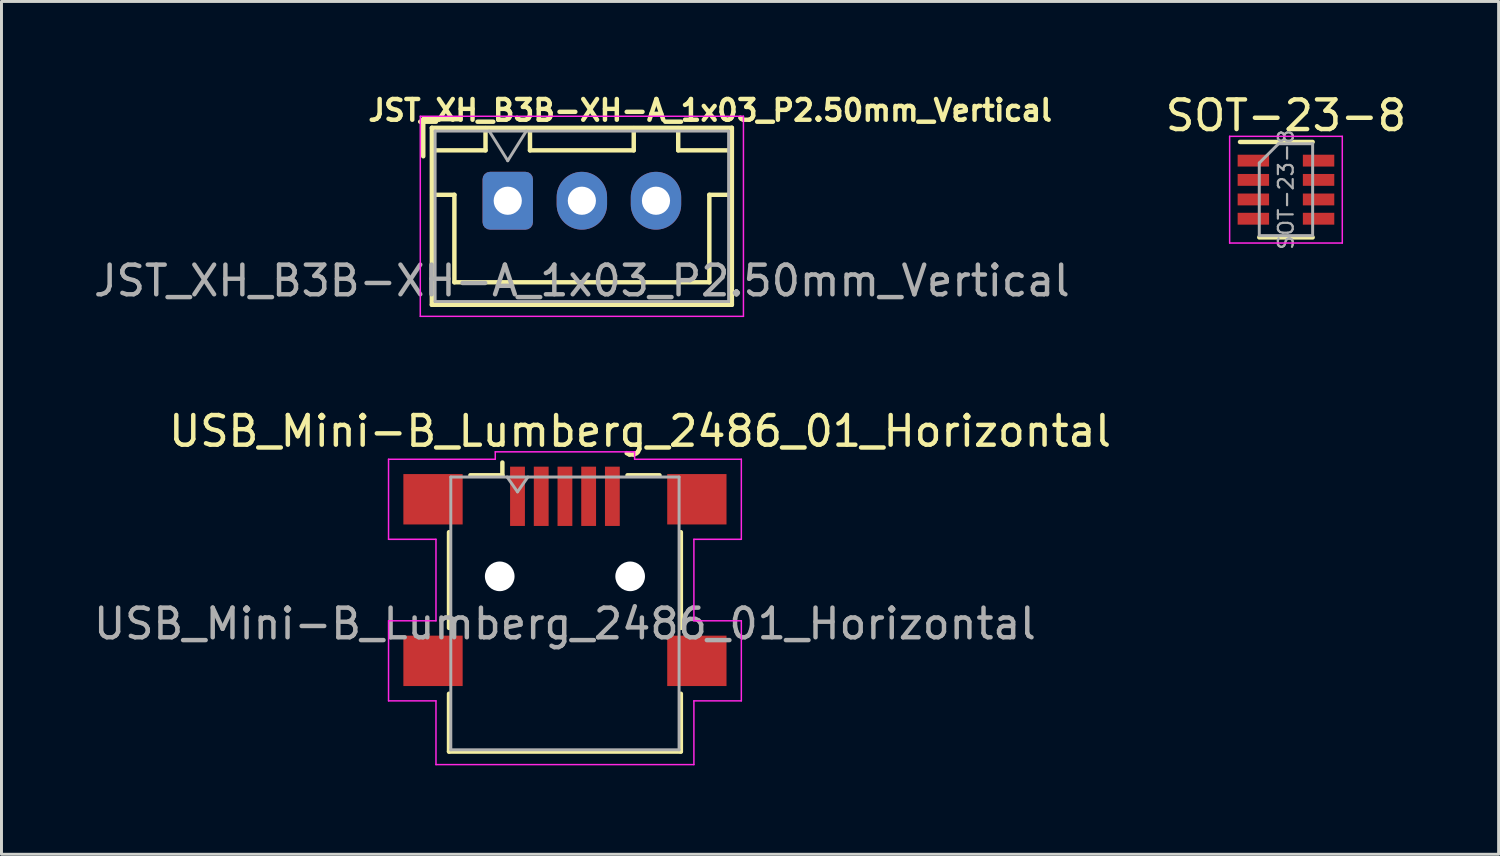
<source format=kicad_pcb>
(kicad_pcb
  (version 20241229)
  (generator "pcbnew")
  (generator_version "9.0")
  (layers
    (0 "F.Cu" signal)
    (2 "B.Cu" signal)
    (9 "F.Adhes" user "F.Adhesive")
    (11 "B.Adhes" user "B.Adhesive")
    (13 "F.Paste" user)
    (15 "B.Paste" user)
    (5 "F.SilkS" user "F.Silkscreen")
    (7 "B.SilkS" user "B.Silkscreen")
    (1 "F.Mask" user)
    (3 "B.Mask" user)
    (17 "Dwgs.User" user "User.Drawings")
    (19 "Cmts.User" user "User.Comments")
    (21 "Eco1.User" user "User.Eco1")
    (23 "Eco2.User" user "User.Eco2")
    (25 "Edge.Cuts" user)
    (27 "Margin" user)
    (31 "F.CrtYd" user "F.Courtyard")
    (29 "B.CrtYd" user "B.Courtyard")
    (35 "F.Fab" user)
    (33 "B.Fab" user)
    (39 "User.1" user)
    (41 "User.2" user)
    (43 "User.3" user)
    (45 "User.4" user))
  (footprint "JST_XH_B3B-XH-A_1x03_P2.50mm_Vertical"
    (layer "F.Cu")
    (at 14.077 3.721)
    (property "Reference" "JST_XH_B3B-XH-A_1x03_P2.50mm_Vertical" (at 6.829 -3.048 0) (layer "F.SilkS") (effects (font (size 0.7 0.7) (thickness 0.15))))
    (attr through_hole)
    (fp_line (start -2.85 -2.75) (end -2.85 -1.5) (stroke (width 0.15) (type solid)) (layer "F.SilkS"))
    (fp_line (start -2.56 -2.46) (end -2.56 3.51) (stroke (width 0.15) (type solid)) (layer "F.SilkS"))
    (fp_line (start -2.56 3.51) (end 7.56 3.51) (stroke (width 0.15) (type solid)) (layer "F.SilkS"))
    (fp_line (start -2.55 -2.45) (end -2.55 -1.7) (stroke (width 0.12) (type solid)) (layer "F.SilkS"))
    (fp_line (start -2.55 -1.7) (end -0.75 -1.7) (stroke (width 0.15) (type solid)) (layer "F.SilkS"))
    (fp_line (start -2.55 -0.2) (end -1.8 -0.2) (stroke (width 0.15) (type solid)) (layer "F.SilkS"))
    (fp_line (start -1.8 -0.2) (end -1.8 2.75) (stroke (width 0.15) (type solid)) (layer "F.SilkS"))
    (fp_line (start -1.8 2.75) (end 2.5 2.75) (stroke (width 0.15) (type solid)) (layer "F.SilkS"))
    (fp_line (start -1.6 -2.75) (end -2.85 -2.75) (stroke (width 0.15) (type solid)) (layer "F.SilkS"))
    (fp_line (start -0.75 -2.45) (end -2.55 -2.45) (stroke (width 0.12) (type solid)) (layer "F.SilkS"))
    (fp_line (start -0.75 -1.7) (end -0.75 -2.45) (stroke (width 0.15) (type solid)) (layer "F.SilkS"))
    (fp_line (start 0.75 -2.45) (end 0.75 -1.7) (stroke (width 0.15) (type solid)) (layer "F.SilkS"))
    (fp_line (start 0.75 -1.7) (end 4.25 -1.7) (stroke (width 0.15) (type solid)) (layer "F.SilkS"))
    (fp_line (start 4.25 -2.45) (end 0.75 -2.45) (stroke (width 0.12) (type solid)) (layer "F.SilkS"))
    (fp_line (start 4.25 -1.7) (end 4.25 -2.45) (stroke (width 0.15) (type solid)) (layer "F.SilkS"))
    (fp_line (start 5.75 -2.45) (end 5.75 -1.7) (stroke (width 0.15) (type solid)) (layer "F.SilkS"))
    (fp_line (start 5.75 -1.7) (end 7.55 -1.7) (stroke (width 0.15) (type solid)) (layer "F.SilkS"))
    (fp_line (start 6.8 -0.2) (end 6.8 2.75) (stroke (width 0.15) (type solid)) (layer "F.SilkS"))
    (fp_line (start 6.8 2.75) (end 2.5 2.75) (stroke (width 0.15) (type solid)) (layer "F.SilkS"))
    (fp_line (start 7.55 -2.45) (end 5.75 -2.45) (stroke (width 0.12) (type solid)) (layer "F.SilkS"))
    (fp_line (start 7.55 -1.7) (end 7.55 -2.45) (stroke (width 0.12) (type solid)) (layer "F.SilkS"))
    (fp_line (start 7.55 -0.2) (end 6.8 -0.2) (stroke (width 0.15) (type solid)) (layer "F.SilkS"))
    (fp_line (start 7.56 -2.46) (end -2.56 -2.46) (stroke (width 0.15) (type solid)) (layer "F.SilkS"))
    (fp_line (start 7.56 3.51) (end 7.56 -2.46) (stroke (width 0.15) (type solid)) (layer "F.SilkS"))
    (fp_line (start -2.95 -2.85) (end -2.95 3.9) (stroke (width 0.05) (type solid)) (layer "F.CrtYd"))
    (fp_line (start -2.95 3.9) (end 7.95 3.9) (stroke (width 0.05) (type solid)) (layer "F.CrtYd"))
    (fp_line (start 7.95 -2.85) (end -2.95 -2.85) (stroke (width 0.05) (type solid)) (layer "F.CrtYd"))
    (fp_line (start 7.95 3.9) (end 7.95 -2.85) (stroke (width 0.05) (type solid)) (layer "F.CrtYd"))
    (fp_line (start -2.45 -2.35) (end -2.45 3.4) (stroke (width 0.1) (type solid)) (layer "F.Fab"))
    (fp_line (start -2.45 3.4) (end 7.45 3.4) (stroke (width 0.1) (type solid)) (layer "F.Fab"))
    (fp_line (start -0.625 -2.35) (end 0 -1.35) (stroke (width 0.1) (type solid)) (layer "F.Fab"))
    (fp_line (start 0 -1.35) (end 0.625 -2.35) (stroke (width 0.1) (type solid)) (layer "F.Fab"))
    (fp_line (start 7.45 -2.35) (end -2.45 -2.35) (stroke (width 0.1) (type solid)) (layer "F.Fab"))
    (fp_line (start 7.45 3.4) (end 7.45 -2.35) (stroke (width 0.1) (type solid)) (layer "F.Fab"))
    (fp_text user "${REFERENCE}" (at 2.5 2.7 0) (layer "F.Fab") (effects (font (size 1 1) (thickness 0.15))))
    (pad "1" thru_hole roundrect (at 0 0) (size 1.7 1.95) (drill 0.95) (layers "*.Cu" "*.Mask") (roundrect_rratio 0.147))
    (pad "2" thru_hole oval (at 2.5 0) (size 1.7 1.95) (drill 0.95) (layers "*.Cu" "*.Mask"))
    (pad "3" thru_hole oval (at 5 0) (size 1.7 1.95) (drill 0.95) (layers "*.Cu" "*.Mask")))
  (footprint "SOT-23-8"
    (layer "F.Cu")
    (at 40.327 3.348)
    (property "Reference" "SOT-23-8" (at 0 -2.5 0) (layer "F.SilkS") (effects (font (size 1 1) (thickness 0.15))))
    (attr smd)
    (fp_line (start -0.9 1.61) (end 0.9 1.61) (stroke (width 0.15) (type solid)) (layer "F.SilkS"))
    (fp_line (start 0.9 -1.61) (end -1.55 -1.61) (stroke (width 0.15) (type solid)) (layer "F.SilkS"))
    (fp_line (start -1.9 -1.8) (end -1.9 1.8) (stroke (width 0.05) (type solid)) (layer "F.CrtYd"))
    (fp_line (start -1.9 1.8) (end 1.9 1.8) (stroke (width 0.05) (type solid)) (layer "F.CrtYd"))
    (fp_line (start 1.9 -1.8) (end -1.9 -1.8) (stroke (width 0.05) (type solid)) (layer "F.CrtYd"))
    (fp_line (start 1.9 1.8) (end 1.9 -1.8) (stroke (width 0.05) (type solid)) (layer "F.CrtYd"))
    (fp_line (start -0.9 -0.9) (end -0.9 1.55) (stroke (width 0.1) (type solid)) (layer "F.Fab"))
    (fp_line (start -0.9 -0.9) (end -0.25 -1.55) (stroke (width 0.1) (type solid)) (layer "F.Fab"))
    (fp_line (start 0.9 -1.55) (end -0.25 -1.55) (stroke (width 0.1) (type solid)) (layer "F.Fab"))
    (fp_line (start 0.9 -1.55) (end 0.9 1.55) (stroke (width 0.1) (type solid)) (layer "F.Fab"))
    (fp_line (start 0.9 1.55) (end -0.9 1.55) (stroke (width 0.1) (type solid)) (layer "F.Fab"))
    (fp_text user "${REFERENCE}" (at 0 0 90) (layer "F.Fab") (effects (font (size 0.5 0.5) (thickness 0.075))))
    (pad "1" smd rect (at -1.1 -0.98) (size 1.06 0.4) (layers "F.Cu" "F.Mask" "F.Paste"))
    (pad "2" smd rect (at -1.1 -0.33) (size 1.06 0.4) (layers "F.Cu" "F.Mask" "F.Paste"))
    (pad "3" smd rect (at -1.1 0.33) (size 1.06 0.4) (layers "F.Cu" "F.Mask" "F.Paste"))
    (pad "4" smd rect (at -1.1 0.98) (size 1.06 0.4) (layers "F.Cu" "F.Mask" "F.Paste"))
    (pad "5" smd rect (at 1.1 0.98) (size 1.06 0.4) (layers "F.Cu" "F.Mask" "F.Paste"))
    (pad "6" smd rect (at 1.1 0.33) (size 1.06 0.4) (layers "F.Cu" "F.Mask" "F.Paste"))
    (pad "7" smd rect (at 1.1 -0.33) (size 1.06 0.4) (layers "F.Cu" "F.Mask" "F.Paste"))
    (pad "8" smd rect (at 1.1 -0.98) (size 1.06 0.4) (layers "F.Cu" "F.Mask" "F.Paste")))
  (footprint "USB_Mini-B_Lumberg_2486_01_Horizontal"
    (layer "F.Cu")
    (at 16.006 16.391)
    (property "Reference" "USB_Mini-B_Lumberg_2486_01_Horizontal" (at 2.535 -4.897 180) (layer "F.SilkS") (effects (font (size 1 1) (thickness 0.15))))
    (attr smd)
    (fp_line (start -3.91 1.74) (end -3.91 -1.49) (stroke (width 0.15) (type solid)) (layer "F.SilkS"))
    (fp_line (start -3.91 5.91) (end -3.91 3.96) (stroke (width 0.15) (type solid)) (layer "F.SilkS"))
    (fp_line (start -3.19 -3.41) (end -2.11 -3.41) (stroke (width 0.15) (type solid)) (layer "F.SilkS"))
    (fp_line (start -2.11 -3.41) (end -2.11 -3.84) (stroke (width 0.15) (type solid)) (layer "F.SilkS"))
    (fp_line (start 2.11 -3.41) (end 3.19 -3.41) (stroke (width 0.15) (type solid)) (layer "F.SilkS"))
    (fp_line (start 3.91 1.74) (end 3.91 -1.49) (stroke (width 0.15) (type solid)) (layer "F.SilkS"))
    (fp_line (start 3.91 5.91) (end -3.91 5.91) (stroke (width 0.15) (type solid)) (layer "F.SilkS"))
    (fp_line (start 3.91 5.91) (end 3.91 3.96) (stroke (width 0.15) (type solid)) (layer "F.SilkS"))
    (fp_line (start -5.95 -3.95) (end -5.95 -1.25) (stroke (width 0.05) (type solid)) (layer "F.CrtYd"))
    (fp_line (start -5.95 -3.95) (end -2.35 -3.95) (stroke (width 0.05) (type solid)) (layer "F.CrtYd"))
    (fp_line (start -5.95 1.5) (end -5.95 4.2) (stroke (width 0.05) (type solid)) (layer "F.CrtYd"))
    (fp_line (start -4.35 -1.25) (end -5.95 -1.25) (stroke (width 0.05) (type solid)) (layer "F.CrtYd"))
    (fp_line (start -4.35 -1.25) (end -4.35 1.5) (stroke (width 0.05) (type solid)) (layer "F.CrtYd"))
    (fp_line (start -4.35 1.5) (end -5.95 1.5) (stroke (width 0.05) (type solid)) (layer "F.CrtYd"))
    (fp_line (start -4.35 4.2) (end -5.95 4.2) (stroke (width 0.05) (type solid)) (layer "F.CrtYd"))
    (fp_line (start -4.35 6.35) (end -4.35 4.2) (stroke (width 0.05) (type solid)) (layer "F.CrtYd"))
    (fp_line (start -4.35 6.35) (end 4.35 6.35) (stroke (width 0.05) (type solid)) (layer "F.CrtYd"))
    (fp_line (start -2.35 -3.95) (end -2.35 -4.2) (stroke (width 0.05) (type solid)) (layer "F.CrtYd"))
    (fp_line (start 2.35 -4.2) (end -2.35 -4.2) (stroke (width 0.05) (type solid)) (layer "F.CrtYd"))
    (fp_line (start 2.35 -3.95) (end 2.35 -4.2) (stroke (width 0.05) (type solid)) (layer "F.CrtYd"))
    (fp_line (start 4.35 -1.25) (end 4.35 1.5) (stroke (width 0.05) (type solid)) (layer "F.CrtYd"))
    (fp_line (start 4.35 -1.25) (end 5.95 -1.25) (stroke (width 0.05) (type solid)) (layer "F.CrtYd"))
    (fp_line (start 4.35 1.5) (end 5.95 1.5) (stroke (width 0.05) (type solid)) (layer "F.CrtYd"))
    (fp_line (start 4.35 4.2) (end 5.95 4.2) (stroke (width 0.05) (type solid)) (layer "F.CrtYd"))
    (fp_line (start 4.35 6.35) (end 4.35 4.2) (stroke (width 0.05) (type solid)) (layer "F.CrtYd"))
    (fp_line (start 5.95 -3.95) (end 2.35 -3.95) (stroke (width 0.05) (type solid)) (layer "F.CrtYd"))
    (fp_line (start 5.95 -3.95) (end 5.95 -1.25) (stroke (width 0.05) (type solid)) (layer "F.CrtYd"))
    (fp_line (start 5.95 1.5) (end 5.95 4.2) (stroke (width 0.05) (type solid)) (layer "F.CrtYd"))
    (fp_line (start -3.85 -3.35) (end -3.85 5.85) (stroke (width 0.1) (type solid)) (layer "F.Fab"))
    (fp_line (start -3.85 -3.35) (end 3.85 -3.35) (stroke (width 0.1) (type solid)) (layer "F.Fab"))
    (fp_line (start -3.85 5.85) (end 3.85 5.85) (stroke (width 0.1) (type solid)) (layer "F.Fab"))
    (fp_line (start -1.95 -3.35) (end -1.6 -2.85) (stroke (width 0.1) (type solid)) (layer "F.Fab"))
    (fp_line (start -1.6 -2.85) (end -1.25 -3.35) (stroke (width 0.1) (type solid)) (layer "F.Fab"))
    (fp_line (start 3.85 5.85) (end 3.85 -3.35) (stroke (width 0.1) (type solid)) (layer "F.Fab"))
    (fp_text user "${REFERENCE}" (at 0 1.6 0) (layer "F.Fab") (effects (font (size 1 1) (thickness 0.15))))
    (pad "" np_thru_hole circle (at -2.2 0) (size 1 1) (drill 1) (layers "*.Cu" "*.Mask"))
    (pad "" np_thru_hole circle (at 2.2 0) (size 1 1) (drill 1) (layers "*.Cu" "*.Mask"))
    (pad "1" smd rect (at -1.6 -2.7) (size 0.5 2) (layers "F.Cu" "F.Mask" "F.Paste"))
    (pad "2" smd rect (at -0.8 -2.7) (size 0.5 2) (layers "F.Cu" "F.Mask" "F.Paste"))
    (pad "3" smd rect (at 0 -2.7) (size 0.5 2) (layers "F.Cu" "F.Mask" "F.Paste"))
    (pad "4" smd rect (at 0.8 -2.7) (size 0.5 2) (layers "F.Cu" "F.Mask" "F.Paste"))
    (pad "5" smd rect (at 1.6 -2.7) (size 0.5 2) (layers "F.Cu" "F.Mask" "F.Paste"))
    (pad "6" smd rect (at -4.45 -2.6) (size 2 1.7) (layers "F.Cu" "F.Mask" "F.Paste"))
    (pad "6" smd rect (at -4.45 2.85) (size 2 1.7) (layers "F.Cu" "F.Mask" "F.Paste"))
    (pad "6" smd rect (at 4.45 -2.6) (size 2 1.7) (layers "F.Cu" "F.Mask" "F.Paste"))
    (pad "6" smd rect (at 4.45 2.85) (size 2 1.7) (layers "F.Cu" "F.Mask" "F.Paste")))
  (gr_rect
    (start -3 -3)
    (end 47.5 25.766)
    (stroke (width 0.1) (type default))
    (fill no)
    (layer "Edge.Cuts")))
</source>
